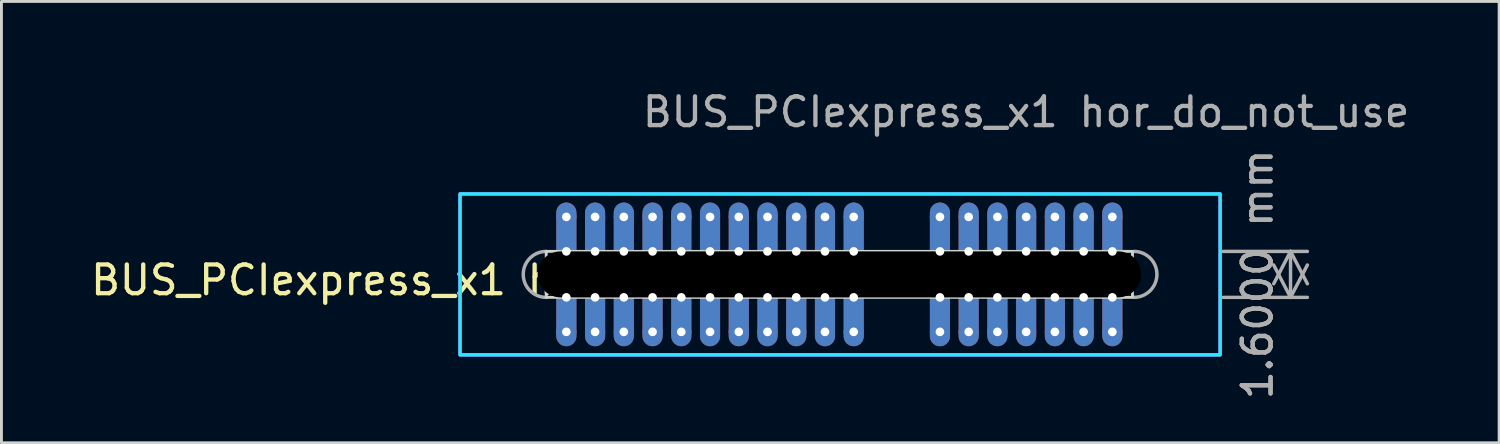
<source format=kicad_pcb>
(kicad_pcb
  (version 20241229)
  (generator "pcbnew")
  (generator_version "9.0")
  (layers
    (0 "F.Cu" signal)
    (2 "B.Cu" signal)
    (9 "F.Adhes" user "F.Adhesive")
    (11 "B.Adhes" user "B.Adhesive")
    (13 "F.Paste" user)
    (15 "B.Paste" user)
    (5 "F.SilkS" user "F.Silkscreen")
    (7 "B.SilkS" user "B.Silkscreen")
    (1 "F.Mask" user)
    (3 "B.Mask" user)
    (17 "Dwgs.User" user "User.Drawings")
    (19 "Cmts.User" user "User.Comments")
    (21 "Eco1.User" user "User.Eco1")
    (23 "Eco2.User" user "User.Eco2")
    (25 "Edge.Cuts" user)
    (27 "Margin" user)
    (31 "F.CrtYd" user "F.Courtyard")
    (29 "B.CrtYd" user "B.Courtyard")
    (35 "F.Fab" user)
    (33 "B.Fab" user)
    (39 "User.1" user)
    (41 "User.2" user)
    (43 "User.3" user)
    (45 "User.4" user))
  (footprint "BUS_PCIexpress_x1 hor_do_not_use"
    (layer "F.Cu")
    (at 16.658 6.498)
    (property "Reference" "BUS_PCIexpress_x1 hor_do_not_use" (at -3.2 0.2 0) (layer "F.SilkS") (effects (font (size 1 1) (thickness 0.15))))
    (attr exclude_from_pos_files exclude_from_bom)
    (fp_rect (start -0.7 -0.8) (end 19.7 0.8) (stroke (width 0.1) (type default)) (fill no) (layer "Edge.Cuts"))
    (fp_rect (start -3.7 -2.8) (end 22.75 2.8) (stroke (width 0.12) (type default)) (fill no) (layer "B.CrtYd"))
    (fp_rect (start -3.7 -2.8) (end 22.75 2.8) (stroke (width 0.12) (type default)) (fill no) (layer "F.CrtYd"))
    (fp_arc (start -0.7 0.8) (mid -1.5 0) (end -0.7 -0.8) (stroke (width 0.12) (type default)) (layer "F.Fab"))
    (fp_arc (start 19.75 -0.8) (mid 20.55 0) (end 19.75 0.8) (stroke (width 0.12) (type default)) (layer "F.Fab"))
    (fp_text user "PCB Thickness 1.57 mm" (at 13.8 0 180) (layer "Cmts.User") (effects (font (size 0.5 0.5) (thickness 0.1))))
    (fp_text user "${REFERENCE}" (at 16 -5.65 0) (layer "F.Fab") (effects (font (size 1 1) (thickness 0.15))))
    (dimension (type aligned) (layer "F.Fab") (pts (xy 39.008 5.698) (xy 39.008 7.298)) (height -2.85) (format (prefix "") (suffix "") (units 3) (units_format 1) (precision 4)) (style (thickness 0.12) (arrow_length 1.27) (text_position_mode 0) (arrow_direction outward) (extension_height 0.586) (extension_offset 0.5) (keep_text_aligned yes)) (gr_text "1.6000 mm" (at 40.708 6.498 90) (layer "F.Fab") (effects (font (size 1 1) (thickness 0.15)))))
    (pad "" np_thru_hole oval (at 9.5 0 90) (size 1.6 21) (drill oval 1.6 21) (layers "*.Mask"))
    (pad "A1" thru_hole circle (at 0 -2) (size 0.7 0.7) (drill 0.3) (layers "*.Cu" "*.Mask"))
    (pad "A1" thru_hole oval (at 0 -0.8) (size 0.7 2) (drill 0.3 (offset 0 -0.7)) (property pad_prop_castellated) (layers "*.Cu" "*.Mask"))
    (pad "A2" thru_hole circle (at 1 -2) (size 0.7 0.7) (drill 0.3) (layers "*.Cu" "*.Mask"))
    (pad "A2" thru_hole oval (at 1 -0.8) (size 0.7 2) (drill 0.3 (offset 0 -0.7)) (property pad_prop_castellated) (layers "*.Cu" "*.Mask"))
    (pad "A3" thru_hole circle (at 2 -2) (size 0.7 0.7) (drill 0.3) (layers "*.Cu" "*.Mask"))
    (pad "A3" thru_hole oval (at 2 -0.8) (size 0.7 2) (drill 0.3 (offset 0 -0.7)) (property pad_prop_castellated) (layers "*.Cu" "*.Mask"))
    (pad "A4" thru_hole circle (at 3 -2) (size 0.7 0.7) (drill 0.3) (layers "*.Cu" "*.Mask"))
    (pad "A4" thru_hole oval (at 3 -0.8) (size 0.7 2) (drill 0.3 (offset 0 -0.7)) (property pad_prop_castellated) (layers "*.Cu" "*.Mask"))
    (pad "A5" thru_hole circle (at 4 -2) (size 0.7 0.7) (drill 0.3) (layers "*.Cu" "*.Mask"))
    (pad "A5" thru_hole oval (at 4 -0.8) (size 0.7 2) (drill 0.3 (offset 0 -0.7)) (property pad_prop_castellated) (layers "*.Cu" "*.Mask"))
    (pad "A6" thru_hole circle (at 5 -2) (size 0.7 0.7) (drill 0.3) (layers "*.Cu" "*.Mask"))
    (pad "A6" thru_hole oval (at 5 -0.8) (size 0.7 2) (drill 0.3 (offset 0 -0.7)) (property pad_prop_castellated) (layers "*.Cu" "*.Mask"))
    (pad "A7" thru_hole circle (at 6 -2) (size 0.7 0.7) (drill 0.3) (layers "*.Cu" "*.Mask"))
    (pad "A7" thru_hole oval (at 6 -0.8) (size 0.7 2) (drill 0.3 (offset 0 -0.7)) (property pad_prop_castellated) (layers "*.Cu" "*.Mask"))
    (pad "A8" thru_hole circle (at 7 -2) (size 0.7 0.7) (drill 0.3) (layers "*.Cu" "*.Mask"))
    (pad "A8" thru_hole oval (at 7 -0.8) (size 0.7 2) (drill 0.3 (offset 0 -0.7)) (property pad_prop_castellated) (layers "*.Cu" "*.Mask"))
    (pad "A9" thru_hole circle (at 8 -2) (size 0.7 0.7) (drill 0.3) (layers "*.Cu" "*.Mask"))
    (pad "A9" thru_hole oval (at 8 -0.8) (size 0.7 2) (drill 0.3 (offset 0 -0.7)) (property pad_prop_castellated) (layers "*.Cu" "*.Mask"))
    (pad "A10" thru_hole circle (at 9 -2) (size 0.7 0.7) (drill 0.3) (layers "*.Cu" "*.Mask"))
    (pad "A10" thru_hole oval (at 9 -0.8) (size 0.7 2) (drill 0.3 (offset 0 -0.7)) (property pad_prop_castellated) (layers "*.Cu" "*.Mask"))
    (pad "A11" thru_hole circle (at 10 -2) (size 0.7 0.7) (drill 0.3) (layers "*.Cu" "*.Mask"))
    (pad "A11" thru_hole oval (at 10 -0.8) (size 0.7 2) (drill 0.3 (offset 0 -0.7)) (property pad_prop_castellated) (layers "*.Cu" "*.Mask"))
    (pad "A12" thru_hole circle (at 13 -2) (size 0.7 0.7) (drill 0.3) (layers "*.Cu" "*.Mask"))
    (pad "A12" thru_hole oval (at 13 -0.8) (size 0.7 2) (drill 0.3 (offset 0 -0.7)) (property pad_prop_castellated) (layers "*.Cu" "*.Mask"))
    (pad "A13" thru_hole circle (at 14 -2) (size 0.7 0.7) (drill 0.3) (layers "*.Cu" "*.Mask"))
    (pad "A13" thru_hole oval (at 14 -0.8) (size 0.7 2) (drill 0.3 (offset 0 -0.7)) (property pad_prop_castellated) (layers "*.Cu" "*.Mask"))
    (pad "A14" thru_hole circle (at 15 -2) (size 0.7 0.7) (drill 0.3) (layers "*.Cu" "*.Mask"))
    (pad "A14" thru_hole oval (at 15 -0.8) (size 0.7 2) (drill 0.3 (offset 0 -0.7)) (property pad_prop_castellated) (layers "*.Cu" "*.Mask"))
    (pad "A15" thru_hole circle (at 16 -2) (size 0.7 0.7) (drill 0.3) (layers "*.Cu" "*.Mask"))
    (pad "A15" thru_hole oval (at 16 -0.8) (size 0.7 2) (drill 0.3 (offset 0 -0.7)) (property pad_prop_castellated) (layers "*.Cu" "*.Mask"))
    (pad "A16" thru_hole circle (at 17 -2) (size 0.7 0.7) (drill 0.3) (layers "*.Cu" "*.Mask"))
    (pad "A16" thru_hole oval (at 17 -0.8) (size 0.7 2) (drill 0.3 (offset 0 -0.7)) (property pad_prop_castellated) (layers "*.Cu" "*.Mask"))
    (pad "A17" thru_hole circle (at 18 -2) (size 0.7 0.7) (drill 0.3) (layers "*.Cu" "*.Mask"))
    (pad "A17" thru_hole oval (at 18 -0.8) (size 0.7 2) (drill 0.3 (offset 0 -0.7)) (property pad_prop_castellated) (layers "*.Cu" "*.Mask"))
    (pad "A18" thru_hole circle (at 19 -2) (size 0.7 0.7) (drill 0.3) (layers "*.Cu" "*.Mask"))
    (pad "A18" thru_hole oval (at 19 -0.8) (size 0.7 2) (drill 0.3 (offset 0 -0.7)) (property pad_prop_castellated) (layers "*.Cu" "*.Mask"))
    (pad "B1" thru_hole oval (at 0 0.8) (size 0.7 2) (drill 0.3 (offset 0 0.7)) (property pad_prop_castellated) (layers "*.Cu" "*.Mask"))
    (pad "B1" thru_hole circle (at 0 2) (size 0.7 0.7) (drill 0.3) (layers "*.Cu" "*.Mask"))
    (pad "B2" thru_hole oval (at 1 0.8) (size 0.7 2) (drill 0.3 (offset 0 0.7)) (property pad_prop_castellated) (layers "*.Cu" "*.Mask"))
    (pad "B2" thru_hole circle (at 1 2) (size 0.7 0.7) (drill 0.3) (layers "*.Cu" "*.Mask"))
    (pad "B3" thru_hole oval (at 2 0.8) (size 0.7 2) (drill 0.3 (offset 0 0.7)) (property pad_prop_castellated) (layers "*.Cu" "*.Mask"))
    (pad "B3" thru_hole circle (at 2 2) (size 0.7 0.7) (drill 0.3) (layers "*.Cu" "*.Mask"))
    (pad "B4" thru_hole oval (at 3 0.8) (size 0.7 2) (drill 0.3 (offset 0 0.7)) (property pad_prop_castellated) (layers "*.Cu" "*.Mask"))
    (pad "B4" thru_hole circle (at 3 2) (size 0.7 0.7) (drill 0.3) (layers "*.Cu" "*.Mask"))
    (pad "B5" thru_hole oval (at 4 0.8) (size 0.7 2) (drill 0.3 (offset 0 0.7)) (property pad_prop_castellated) (layers "*.Cu" "*.Mask"))
    (pad "B5" thru_hole circle (at 4 2) (size 0.7 0.7) (drill 0.3) (layers "*.Cu" "*.Mask"))
    (pad "B6" thru_hole oval (at 5 0.8) (size 0.7 2) (drill 0.3 (offset 0 0.7)) (property pad_prop_castellated) (layers "*.Cu" "*.Mask"))
    (pad "B6" thru_hole circle (at 5 2) (size 0.7 0.7) (drill 0.3) (layers "*.Cu" "*.Mask"))
    (pad "B7" thru_hole oval (at 6 0.8) (size 0.7 2) (drill 0.3 (offset 0 0.7)) (property pad_prop_castellated) (layers "*.Cu" "*.Mask"))
    (pad "B7" thru_hole circle (at 6 2) (size 0.7 0.7) (drill 0.3) (layers "*.Cu" "*.Mask"))
    (pad "B8" thru_hole oval (at 7 0.8) (size 0.7 2) (drill 0.3 (offset 0 0.7)) (property pad_prop_castellated) (layers "*.Cu" "*.Mask"))
    (pad "B8" thru_hole circle (at 7 2) (size 0.7 0.7) (drill 0.3) (layers "*.Cu" "*.Mask"))
    (pad "B9" thru_hole oval (at 8 0.8) (size 0.7 2) (drill 0.3 (offset 0 0.7)) (property pad_prop_castellated) (layers "*.Cu" "*.Mask"))
    (pad "B9" thru_hole circle (at 8 2) (size 0.7 0.7) (drill 0.3) (layers "*.Cu" "*.Mask"))
    (pad "B10" thru_hole oval (at 9 0.8) (size 0.7 2) (drill 0.3 (offset 0 0.7)) (property pad_prop_castellated) (layers "*.Cu" "*.Mask"))
    (pad "B10" thru_hole circle (at 9 2) (size 0.7 0.7) (drill 0.3) (layers "*.Cu" "*.Mask"))
    (pad "B11" thru_hole oval (at 10 0.8) (size 0.7 2) (drill 0.3 (offset 0 0.7)) (property pad_prop_castellated) (layers "*.Cu" "*.Mask"))
    (pad "B11" thru_hole circle (at 10 2) (size 0.7 0.7) (drill 0.3) (layers "*.Cu" "*.Mask"))
    (pad "B12" thru_hole oval (at 13 0.8) (size 0.7 2) (drill 0.3 (offset 0 0.7)) (property pad_prop_castellated) (layers "*.Cu" "*.Mask"))
    (pad "B12" thru_hole circle (at 13 2) (size 0.7 0.7) (drill 0.3) (layers "*.Cu" "*.Mask"))
    (pad "B13" thru_hole oval (at 14 0.8) (size 0.7 2) (drill 0.3 (offset 0 0.7)) (property pad_prop_castellated) (layers "*.Cu" "*.Mask"))
    (pad "B13" thru_hole circle (at 14 2) (size 0.7 0.7) (drill 0.3) (layers "*.Cu" "*.Mask"))
    (pad "B14" thru_hole oval (at 15 0.8) (size 0.7 2) (drill 0.3 (offset 0 0.7)) (property pad_prop_castellated) (layers "*.Cu" "*.Mask"))
    (pad "B14" thru_hole circle (at 15 2) (size 0.7 0.7) (drill 0.3) (layers "*.Cu" "*.Mask"))
    (pad "B15" thru_hole oval (at 16 0.8) (size 0.7 2) (drill 0.3 (offset 0 0.7)) (property pad_prop_castellated) (layers "*.Cu" "*.Mask"))
    (pad "B15" thru_hole circle (at 16 2) (size 0.7 0.7) (drill 0.3) (layers "*.Cu" "*.Mask"))
    (pad "B16" thru_hole oval (at 17 0.8) (size 0.7 2) (drill 0.3 (offset 0 0.7)) (property pad_prop_castellated) (layers "*.Cu" "*.Mask"))
    (pad "B16" thru_hole circle (at 17 2) (size 0.7 0.7) (drill 0.3) (layers "*.Cu" "*.Mask"))
    (pad "B17" thru_hole oval (at 18 0.8) (size 0.7 2) (drill 0.3 (offset 0 0.7)) (property pad_prop_castellated) (layers "*.Cu" "*.Mask"))
    (pad "B17" thru_hole circle (at 18 2) (size 0.7 0.7) (drill 0.3) (layers "*.Cu" "*.Mask"))
    (pad "B18" thru_hole oval (at 19 0.8) (size 0.7 2) (drill 0.3 (offset 0 0.7)) (property pad_prop_castellated) (layers "*.Cu" "*.Mask"))
    (pad "B18" thru_hole circle (at 19 2) (size 0.7 0.7) (drill 0.3) (layers "*.Cu" "*.Mask")))
  (gr_rect
    (start -3 -3)
    (end 49.117 12.358)
    (stroke (width 0.1) (type default))
    (fill no)
    (layer "Edge.Cuts")))
</source>
